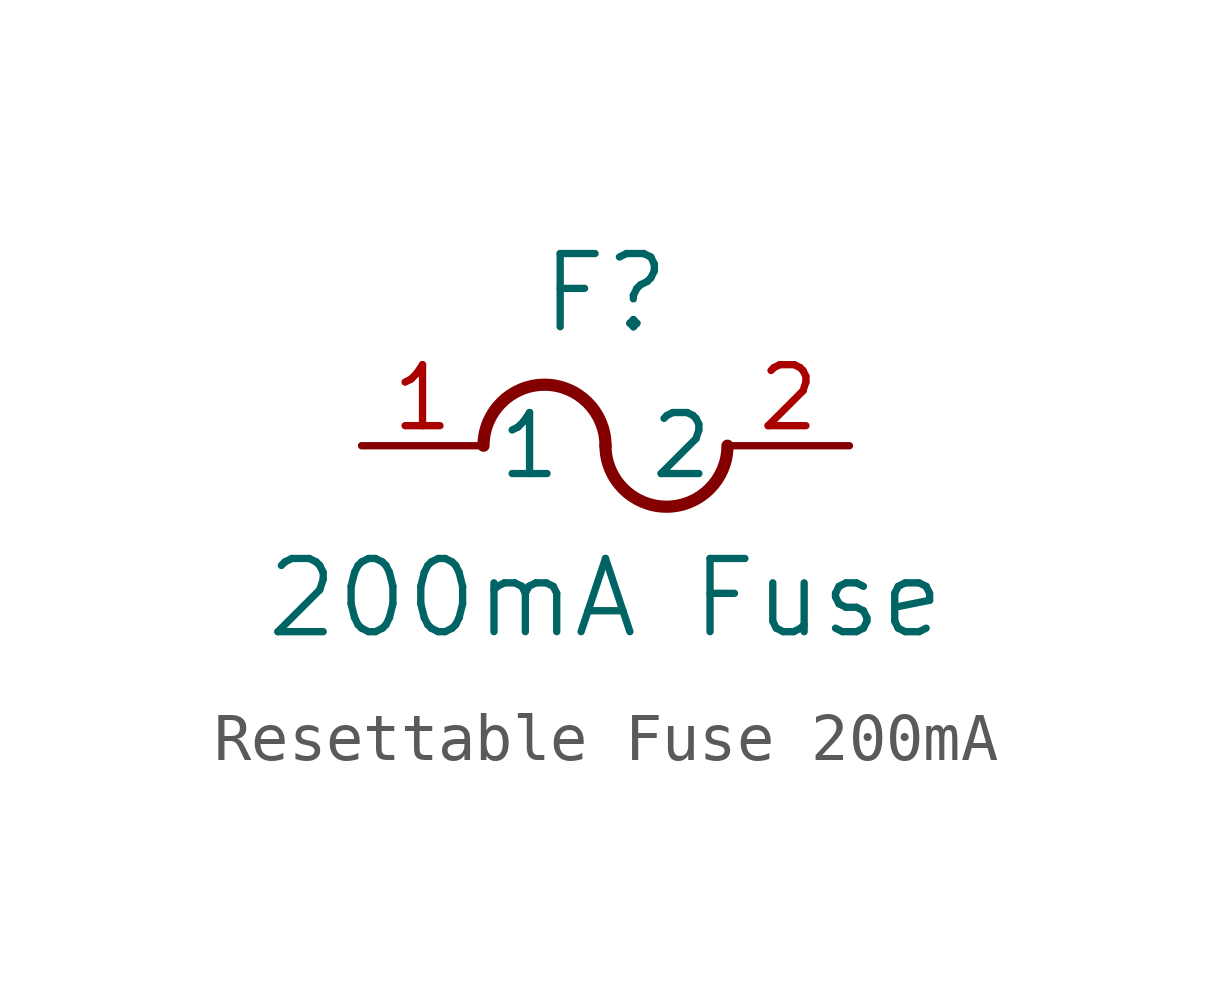
<source format=kicad_sym>
(kicad_symbol_lib
  (version 20231120)
  (generator "kicad_symbol_editor")
  (generator_version "8.0")
  (symbol "Resettable Fuse 200mA"
    (pin_names
      (offset 0.254))
    (property "Reference" "F"
      (at 5.08 3.175 0)
      (effects (font (size 1.524 1.524))))
    (property "Value" "200mA Fuse"
      (at 5.08 -3.175 0)
      (effects (font (size 1.524 1.524))))
    (symbol "Resettable Fuse 200mA_0_1"
      (arc (start 5.08 0) (mid 3.81 1.2645) (end 2.54 0) (stroke (width 0.254) (type default)) (fill (type none)))
      (arc (start 5.08 0) (mid 6.35 -1.2645) (end 7.62 0) (stroke (width 0.254) (type default)) (fill (type none))))
    (symbol "Resettable Fuse 200mA_1_1"
      (pin power_in line (at 0 0 0) (length 2.54) (name "1" (effects (font (size 1.27 1.27)))) (number "1" (effects (font (size 1.27 1.27)))))
      (pin power_out line (at 10.16 0 180) (length 2.54) (name "2" (effects (font (size 1.27 1.27)))) (number "2" (effects (font (size 1.27 1.27))))))))
</source>
